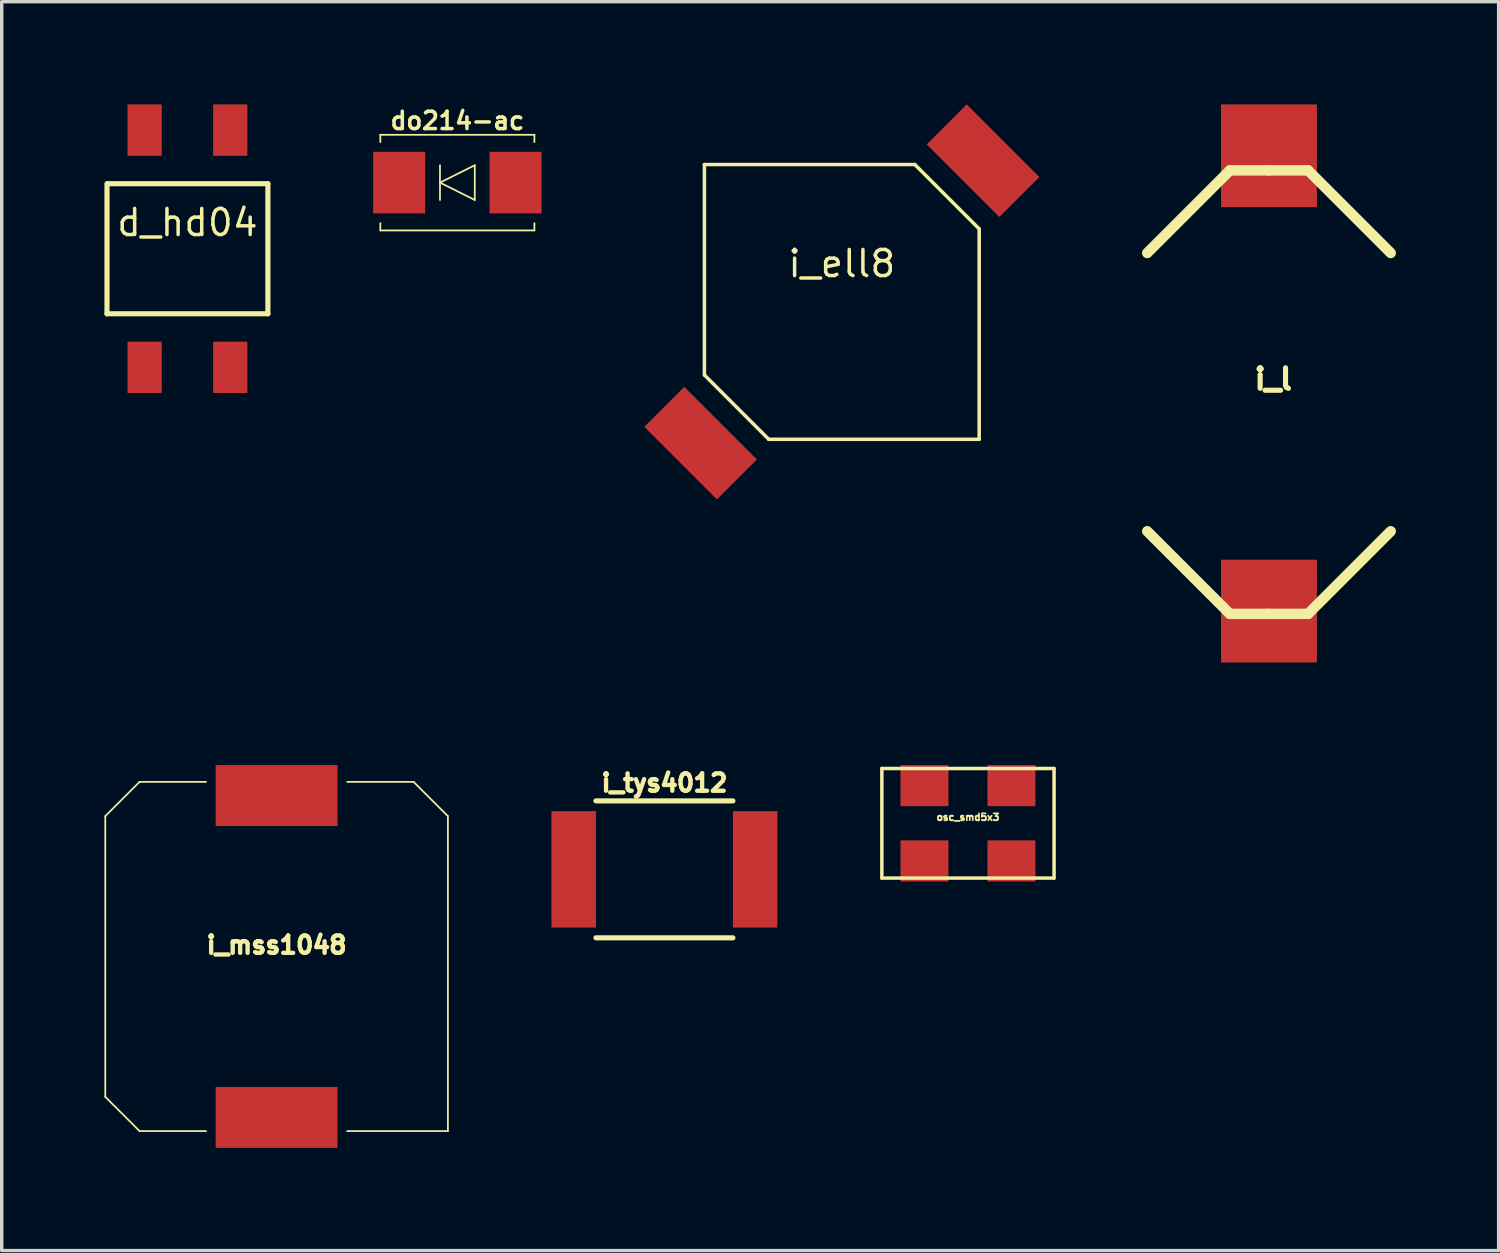
<source format=kicad_pcb>
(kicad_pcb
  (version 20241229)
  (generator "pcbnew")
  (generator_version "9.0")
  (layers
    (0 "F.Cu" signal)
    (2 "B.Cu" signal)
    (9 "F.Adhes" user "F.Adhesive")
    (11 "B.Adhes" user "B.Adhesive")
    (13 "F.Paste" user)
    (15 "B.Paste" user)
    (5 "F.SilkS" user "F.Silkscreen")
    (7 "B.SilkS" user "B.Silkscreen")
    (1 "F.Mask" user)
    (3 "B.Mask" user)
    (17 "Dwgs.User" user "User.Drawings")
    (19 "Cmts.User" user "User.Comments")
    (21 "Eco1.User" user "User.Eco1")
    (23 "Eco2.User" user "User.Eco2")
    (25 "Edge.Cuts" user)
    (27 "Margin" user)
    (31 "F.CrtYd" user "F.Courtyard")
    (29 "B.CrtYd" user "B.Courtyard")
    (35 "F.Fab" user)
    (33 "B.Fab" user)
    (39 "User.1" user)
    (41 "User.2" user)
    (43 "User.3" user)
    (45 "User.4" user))
  (footprint "i_mss1048"
    (layer "F.Cu")
    (at 5.029 24.889)
    (property "Reference" "i_mss1048" (at 0 -0.335 0) (layer "F.SilkS") (effects (font (size 0.508 0.508) (thickness 0.127))))
    (attr through_hole)
    (fp_line (start -5.004 -4.1) (end -5.004 4.1) (stroke (width 0.051) (type solid)) (layer "F.SilkS"))
    (fp_line (start -4.003 -5.1) (end -5.004 -4.1) (stroke (width 0.051) (type solid)) (layer "F.SilkS"))
    (fp_line (start -4.003 -5.1) (end -2.062 -5.1) (stroke (width 0.051) (type solid)) (layer "F.SilkS"))
    (fp_line (start -4.003 5.1) (end -5.004 4.1) (stroke (width 0.051) (type solid)) (layer "F.SilkS"))
    (fp_line (start -4.003 5.1) (end -2.062 5.1) (stroke (width 0.051) (type solid)) (layer "F.SilkS"))
    (fp_line (start 4.003 -5.1) (end 2.062 -5.1) (stroke (width 0.051) (type solid)) (layer "F.SilkS"))
    (fp_line (start 4.003 -5.1) (end 5.004 -4.1) (stroke (width 0.051) (type solid)) (layer "F.SilkS"))
    (fp_line (start 5.004 5.1) (end 2.062 5.1) (stroke (width 0.051) (type solid)) (layer "F.SilkS"))
    (fp_line (start 5.004 5.1) (end 5.004 -4.1) (stroke (width 0.051) (type solid)) (layer "F.SilkS"))
    (pad "1" smd rect (at 0 4.7) (size 3.56 1.78) (layers "F.Cu" "F.Mask" "F.Paste"))
    (pad "2" smd rect (at 0 -4.7) (size 3.56 1.78) (layers "F.Cu" "F.Mask" "F.Paste")))
  (footprint "d_hd04"
    (layer "F.Cu")
    (at 2.425 4.215)
    (property "Reference" "d_hd04" (at 0 -0.762 0) (layer "F.SilkS") (effects (font (size 0.762 0.762) (thickness 0.102))))
    (attr through_hole)
    (fp_line (start -2.35 1.9) (end -2.35 -1.9) (stroke (width 0.15) (type solid)) (layer "F.SilkS"))
    (fp_line (start -2.32 -1.9) (end 2.35 -1.9) (stroke (width 0.15) (type solid)) (layer "F.SilkS"))
    (fp_line (start 2.35 -1.9) (end 2.35 1.9) (stroke (width 0.15) (type solid)) (layer "F.SilkS"))
    (fp_line (start 2.35 1.9) (end -2.35 1.9) (stroke (width 0.15) (type solid)) (layer "F.SilkS"))
    (pad "1" smd rect (at -1.25 3.465) (size 1 1.5) (layers "F.Cu" "F.Mask" "F.Paste"))
    (pad "2" smd rect (at 1.25 3.465) (size 1 1.5) (layers "F.Cu" "F.Mask" "F.Paste"))
    (pad "3" smd rect (at 1.25 -3.465) (size 1 1.5) (layers "F.Cu" "F.Mask" "F.Paste"))
    (pad "4" smd rect (at -1.25 -3.465) (size 1 1.5) (layers "F.Cu" "F.Mask" "F.Paste")))
  (footprint "osc_smd5x3"
    (layer "F.Cu")
    (at 25.224 20.998)
    (property "Reference" "osc_smd5x3" (at 0 -0.178 0) (layer "F.SilkS") (effects (font (size 0.201 0.201) (thickness 0.051))))
    (attr through_hole)
    (fp_line (start -2.515 -1.6) (end 2.515 -1.6) (stroke (width 0.102) (type solid)) (layer "F.SilkS"))
    (fp_line (start -2.515 1.6) (end -2.515 -1.6) (stroke (width 0.102) (type solid)) (layer "F.SilkS"))
    (fp_line (start 2.515 -1.6) (end 2.515 1.6) (stroke (width 0.102) (type solid)) (layer "F.SilkS"))
    (fp_line (start 2.515 1.6) (end -2.515 1.6) (stroke (width 0.102) (type solid)) (layer "F.SilkS"))
    (pad "1" smd rect (at -1.27 1.1) (size 1.4 1.199) (layers "F.Cu" "F.Mask" "F.Paste"))
    (pad "2" smd rect (at 1.27 1.1) (size 1.4 1.199) (layers "F.Cu" "F.Mask" "F.Paste"))
    (pad "3" smd rect (at 1.27 -1.1) (size 1.4 1.199) (layers "F.Cu" "F.Mask" "F.Paste"))
    (pad "4" smd rect (at -1.27 -1.1) (size 1.4 1.199) (layers "F.Cu" "F.Mask" "F.Paste")))
  (footprint "do214-ac"
    (layer "F.Cu")
    (at 10.31 2.284)
    (property "Reference" "do214-ac" (at 0 -1.808 0) (layer "F.SilkS") (effects (font (size 0.508 0.508) (thickness 0.102))))
    (attr through_hole)
    (fp_line (start -2.25 -1.397) (end -2.25 -1.184) (stroke (width 0.051) (type solid)) (layer "F.SilkS"))
    (fp_line (start -2.25 -1.397) (end 2.25 -1.397) (stroke (width 0.051) (type solid)) (layer "F.SilkS"))
    (fp_line (start -2.25 1.397) (end -2.25 1.184) (stroke (width 0.051) (type solid)) (layer "F.SilkS"))
    (fp_line (start -2.25 1.397) (end 2.25 1.397) (stroke (width 0.051) (type solid)) (layer "F.SilkS"))
    (fp_line (start -0.508 -0.508) (end -0.508 0.508) (stroke (width 0.051) (type solid)) (layer "F.SilkS"))
    (fp_line (start 0.508 -0.508) (end -0.508 0) (stroke (width 0.051) (type solid)) (layer "F.SilkS"))
    (fp_line (start 0.508 -0.508) (end 0.508 0.508) (stroke (width 0.051) (type solid)) (layer "F.SilkS"))
    (fp_line (start 0.508 0.508) (end -0.508 0) (stroke (width 0.051) (type solid)) (layer "F.SilkS"))
    (fp_line (start 2.25 -1.397) (end 2.25 -1.184) (stroke (width 0.051) (type solid)) (layer "F.SilkS"))
    (fp_line (start 2.25 1.397) (end 2.25 1.184) (stroke (width 0.051) (type solid)) (layer "F.SilkS"))
    (pad "1" smd rect (at 1.7 0) (size 1.52 1.8) (layers "F.Cu" "F.Mask" "F.Paste"))
    (pad "2" smd rect (at -1.7 0) (size 1.52 1.8) (layers "F.Cu" "F.Mask" "F.Paste")))
  (footprint "i_l"
    (layer "F.Cu")
    (at 34.017 8.15)
    (property "Reference" "i_l" (at 0.127 -0.127 0) (layer "F.SilkS") (effects (font (size 0.599 0.599) (thickness 0.15))))
    (attr through_hole)
    (fp_line (start -1.143 -6.223) (end -3.556 -3.81) (stroke (width 0.305) (type solid)) (layer "F.SilkS"))
    (fp_line (start -1.143 6.731) (end -3.556 4.318) (stroke (width 0.305) (type solid)) (layer "F.SilkS"))
    (fp_line (start 0 -6.223) (end -1.143 -6.223) (stroke (width 0.305) (type solid)) (layer "F.SilkS"))
    (fp_line (start 0 -6.223) (end 1.143 -6.223) (stroke (width 0.305) (type solid)) (layer "F.SilkS"))
    (fp_line (start 0 6.731) (end -1.143 6.731) (stroke (width 0.305) (type solid)) (layer "F.SilkS"))
    (fp_line (start 0 6.731) (end 1.143 6.731) (stroke (width 0.305) (type solid)) (layer "F.SilkS"))
    (fp_line (start 1.143 -6.223) (end 3.556 -3.81) (stroke (width 0.305) (type solid)) (layer "F.SilkS"))
    (fp_line (start 1.143 6.731) (end 3.556 4.318) (stroke (width 0.305) (type solid)) (layer "F.SilkS"))
    (pad "1" smd rect (at 0 6.65) (size 2.799 3) (layers "F.Cu" "F.Mask" "F.Paste"))
    (pad "2" smd rect (at 0 -6.65) (size 2.799 3) (layers "F.Cu" "F.Mask" "F.Paste")))
  (footprint "i_ell8"
    (layer "F.Cu")
    (at 21.539 5.769)
    (property "Reference" "i_ell8" (at 0 -1.118 0) (layer "F.SilkS") (effects (font (size 0.762 0.762) (thickness 0.102))))
    (attr through_hole)
    (fp_line (start -4.013 2.134) (end -4.013 -4.013) (stroke (width 0.102) (type solid)) (layer "F.SilkS"))
    (fp_line (start -4.013 2.134) (end -2.134 4.013) (stroke (width 0.102) (type solid)) (layer "F.SilkS"))
    (fp_line (start -2.134 4.013) (end 4.013 4.013) (stroke (width 0.102) (type solid)) (layer "F.SilkS"))
    (fp_line (start 2.134 -4.013) (end -4.013 -4.013) (stroke (width 0.102) (type solid)) (layer "F.SilkS"))
    (fp_line (start 2.134 -4.013) (end 4.013 -2.134) (stroke (width 0.102) (type solid)) (layer "F.SilkS"))
    (fp_line (start 4.013 -2.134) (end 4.013 4.013) (stroke (width 0.102) (type solid)) (layer "F.SilkS"))
    (pad "1" smd rect (at -4.125 4.125 315) (size 3 1.651) (layers "F.Cu" "F.Mask" "F.Paste"))
    (pad "2" smd rect (at 4.125 -4.125 315) (size 3 1.651) (layers "F.Cu" "F.Mask" "F.Paste")))
  (footprint "i_tys4012"
    (layer "F.Cu")
    (at 16.358 22.344)
    (property "Reference" "i_tys4012" (at 0 -2.525 0) (layer "F.SilkS") (effects (font (size 0.508 0.508) (thickness 0.127))))
    (attr through_hole)
    (fp_line (start -2 -2) (end 2 -2) (stroke (width 0.15) (type solid)) (layer "F.SilkS"))
    (fp_line (start -2 2) (end 2 2) (stroke (width 0.15) (type solid)) (layer "F.SilkS"))
    (pad "1" smd rect (at -2.65 0) (size 1.3 3.4) (layers "F.Cu" "F.Mask" "F.Paste"))
    (pad "2" smd rect (at 2.65 0) (size 1.3 3.4) (layers "F.Cu" "F.Mask" "F.Paste")))
  (gr_rect
    (start -3 -3)
    (end 40.725 33.479)
    (stroke (width 0.1) (type default))
    (fill no)
    (layer "Edge.Cuts")))
</source>
